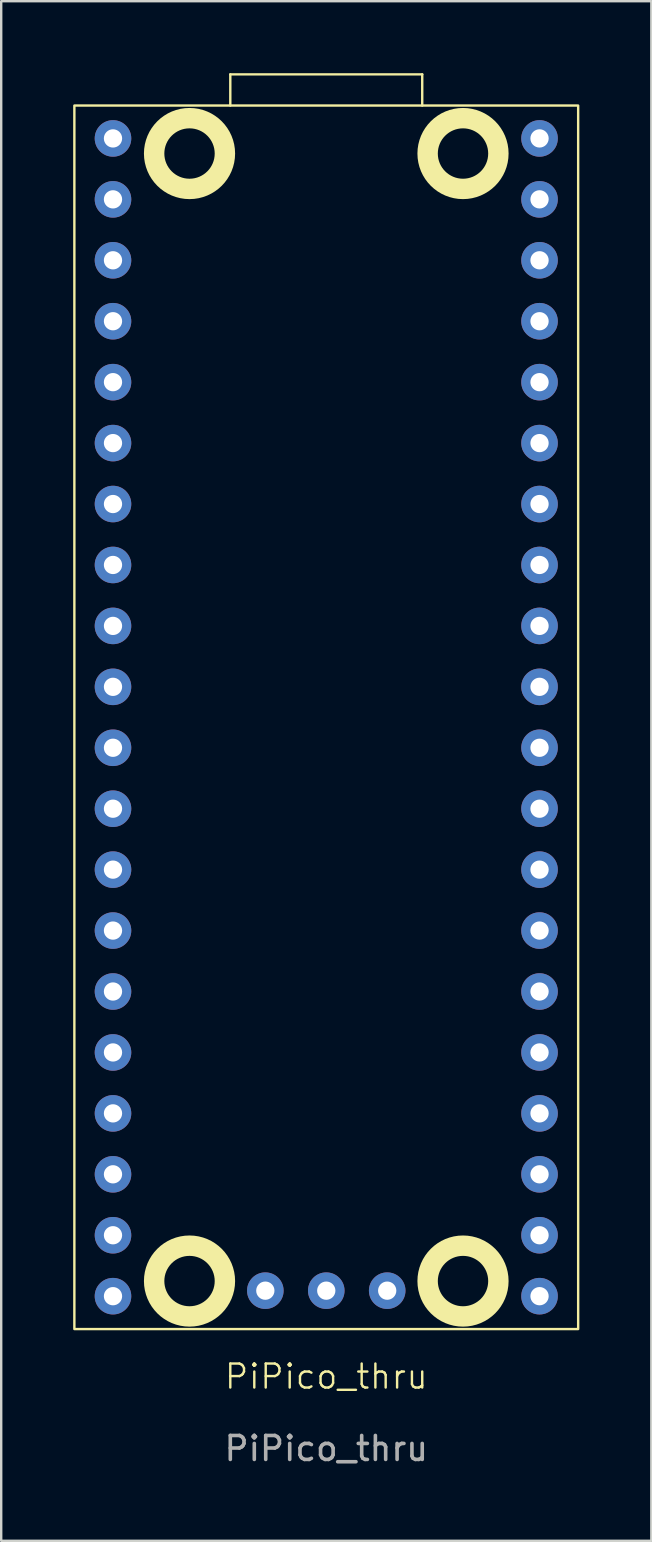
<source format=kicad_pcb>
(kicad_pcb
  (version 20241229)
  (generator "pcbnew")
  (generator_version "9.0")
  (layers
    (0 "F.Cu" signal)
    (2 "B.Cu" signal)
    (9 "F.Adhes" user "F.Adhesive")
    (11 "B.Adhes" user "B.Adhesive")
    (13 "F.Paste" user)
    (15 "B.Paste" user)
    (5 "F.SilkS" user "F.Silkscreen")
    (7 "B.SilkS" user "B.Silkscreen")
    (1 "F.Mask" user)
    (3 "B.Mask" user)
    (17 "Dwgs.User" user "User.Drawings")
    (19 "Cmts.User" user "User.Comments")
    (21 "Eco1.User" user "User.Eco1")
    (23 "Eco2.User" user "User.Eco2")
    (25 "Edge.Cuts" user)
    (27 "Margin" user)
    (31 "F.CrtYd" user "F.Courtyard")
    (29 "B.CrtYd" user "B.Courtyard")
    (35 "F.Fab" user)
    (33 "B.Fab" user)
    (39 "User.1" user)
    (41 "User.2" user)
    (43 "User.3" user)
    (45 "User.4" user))
  (footprint "PiPico_thru"
    (layer "F.Cu")
    (at 10.55 26.85)
    (property "Reference" "PiPico_thru" (at 0 27.48 0) (unlocked yes) (layer "F.SilkS") (effects (font (size 1 1) (thickness 0.1))))
    (attr through_hole)
    (fp_line (start -4 -26.8) (end 4 -26.8) (stroke (width 0.1) (type default)) (layer "F.SilkS"))
    (fp_line (start -4 -25.5) (end -4 -26.8) (stroke (width 0.1) (type default)) (layer "F.SilkS"))
    (fp_line (start 4 -26.8) (end 4 -25.5) (stroke (width 0.1) (type default)) (layer "F.SilkS"))
    (fp_rect (start -10.5 -25.5) (end 10.5 25.5) (stroke (width 0.1) (type default)) (fill no) (layer "F.SilkS"))
    (fp_circle (center -5.7 -23.5) (end -4.225 -23.5) (stroke (width 0.85) (type default)) (fill no) (layer "F.SilkS"))
    (fp_circle (center -5.7 23.5) (end -4.225 23.5) (stroke (width 0.85) (type default)) (fill no) (layer "F.SilkS"))
    (fp_circle (center 5.7 -23.5) (end 7.175 -23.5) (stroke (width 0.85) (type default)) (fill no) (layer "F.SilkS"))
    (fp_circle (center 5.7 23.5) (end 7.175 23.5) (stroke (width 0.85) (type default)) (fill no) (layer "F.SilkS"))
    (fp_text user "${REFERENCE}" (at 0 30.48 0) (unlocked yes) (layer "F.Fab") (effects (font (size 1 1) (thickness 0.15))))
    (pad "1" thru_hole circle (at -8.89 -24.13) (size 1.524 1.524) (drill 0.762) (layers "*.Cu" "*.Mask"))
    (pad "2" thru_hole circle (at -8.89 -21.59) (size 1.524 1.524) (drill 0.762) (layers "*.Cu" "*.Mask"))
    (pad "3" thru_hole circle (at -8.89 -19.05) (size 1.524 1.524) (drill 0.762) (layers "*.Cu" "*.Mask"))
    (pad "4" thru_hole circle (at -8.89 -16.51) (size 1.524 1.524) (drill 0.762) (layers "*.Cu" "*.Mask"))
    (pad "5" thru_hole circle (at -8.89 -13.97) (size 1.524 1.524) (drill 0.762) (layers "*.Cu" "*.Mask"))
    (pad "6" thru_hole circle (at -8.89 -11.43) (size 1.524 1.524) (drill 0.762) (layers "*.Cu" "*.Mask"))
    (pad "7" thru_hole circle (at -8.89 -8.89) (size 1.524 1.524) (drill 0.762) (layers "*.Cu" "*.Mask"))
    (pad "8" thru_hole circle (at -8.89 -6.35) (size 1.524 1.524) (drill 0.762) (layers "*.Cu" "*.Mask"))
    (pad "9" thru_hole circle (at -8.89 -3.81) (size 1.524 1.524) (drill 0.762) (layers "*.Cu" "*.Mask"))
    (pad "10" thru_hole circle (at -8.89 -1.27) (size 1.524 1.524) (drill 0.762) (layers "*.Cu" "*.Mask"))
    (pad "11" thru_hole circle (at -8.89 1.27) (size 1.524 1.524) (drill 0.762) (layers "*.Cu" "*.Mask"))
    (pad "12" thru_hole circle (at -8.89 3.81) (size 1.524 1.524) (drill 0.762) (layers "*.Cu" "*.Mask"))
    (pad "13" thru_hole circle (at -8.89 6.35) (size 1.524 1.524) (drill 0.762) (layers "*.Cu" "*.Mask"))
    (pad "14" thru_hole circle (at -8.89 8.89) (size 1.524 1.524) (drill 0.762) (layers "*.Cu" "*.Mask"))
    (pad "15" thru_hole circle (at -8.89 11.43) (size 1.524 1.524) (drill 0.762) (layers "*.Cu" "*.Mask"))
    (pad "16" thru_hole circle (at -8.89 13.97) (size 1.524 1.524) (drill 0.762) (layers "*.Cu" "*.Mask"))
    (pad "17" thru_hole circle (at -8.89 16.51) (size 1.524 1.524) (drill 0.762) (layers "*.Cu" "*.Mask"))
    (pad "18" thru_hole circle (at -8.89 19.05) (size 1.524 1.524) (drill 0.762) (layers "*.Cu" "*.Mask"))
    (pad "19" thru_hole circle (at -8.89 21.59) (size 1.524 1.524) (drill 0.762) (layers "*.Cu" "*.Mask"))
    (pad "20" thru_hole circle (at -8.89 24.13) (size 1.524 1.524) (drill 0.762) (layers "*.Cu" "*.Mask"))
    (pad "21" thru_hole circle (at 8.89 24.13) (size 1.524 1.524) (drill 0.762) (layers "*.Cu" "*.Mask"))
    (pad "22" thru_hole circle (at 8.89 21.59) (size 1.524 1.524) (drill 0.762) (layers "*.Cu" "*.Mask"))
    (pad "23" thru_hole circle (at 8.89 19.05) (size 1.524 1.524) (drill 0.762) (layers "*.Cu" "*.Mask"))
    (pad "24" thru_hole circle (at 8.89 16.51) (size 1.524 1.524) (drill 0.762) (layers "*.Cu" "*.Mask"))
    (pad "25" thru_hole circle (at 8.89 13.97) (size 1.524 1.524) (drill 0.762) (layers "*.Cu" "*.Mask"))
    (pad "26" thru_hole circle (at 8.89 11.43) (size 1.524 1.524) (drill 0.762) (layers "*.Cu" "*.Mask"))
    (pad "27" thru_hole circle (at 8.89 8.89) (size 1.524 1.524) (drill 0.762) (layers "*.Cu" "*.Mask"))
    (pad "28" thru_hole circle (at 8.89 6.35) (size 1.524 1.524) (drill 0.762) (layers "*.Cu" "*.Mask"))
    (pad "29" thru_hole circle (at 8.89 3.81) (size 1.524 1.524) (drill 0.762) (layers "*.Cu" "*.Mask"))
    (pad "30" thru_hole circle (at 8.89 1.27) (size 1.524 1.524) (drill 0.762) (layers "*.Cu" "*.Mask"))
    (pad "31" thru_hole circle (at 8.89 -1.27) (size 1.524 1.524) (drill 0.762) (layers "*.Cu" "*.Mask"))
    (pad "32" thru_hole circle (at 8.89 -3.81) (size 1.524 1.524) (drill 0.762) (layers "*.Cu" "*.Mask"))
    (pad "33" thru_hole circle (at 8.89 -6.35) (size 1.524 1.524) (drill 0.762) (layers "*.Cu" "*.Mask"))
    (pad "34" thru_hole circle (at 8.89 -8.89) (size 1.524 1.524) (drill 0.762) (layers "*.Cu" "*.Mask"))
    (pad "35" thru_hole circle (at 8.89 -11.43) (size 1.524 1.524) (drill 0.762) (layers "*.Cu" "*.Mask"))
    (pad "36" thru_hole circle (at 8.89 -13.97) (size 1.524 1.524) (drill 0.762) (layers "*.Cu" "*.Mask"))
    (pad "37" thru_hole circle (at 8.89 -16.51) (size 1.524 1.524) (drill 0.762) (layers "*.Cu" "*.Mask"))
    (pad "38" thru_hole circle (at 8.89 -19.05) (size 1.524 1.524) (drill 0.762) (layers "*.Cu" "*.Mask"))
    (pad "39" thru_hole circle (at 8.89 -21.59) (size 1.524 1.524) (drill 0.762) (layers "*.Cu" "*.Mask"))
    (pad "40" thru_hole circle (at 8.89 -24.13) (size 1.524 1.524) (drill 0.762) (layers "*.Cu" "*.Mask"))
    (pad "D1" thru_hole circle (at -2.54 23.9) (size 1.524 1.524) (drill 0.762) (layers "*.Cu" "*.Mask"))
    (pad "D2" thru_hole circle (at 0 23.9) (size 1.524 1.524) (drill 0.762) (layers "*.Cu" "*.Mask"))
    (pad "D3" thru_hole circle (at 2.54 23.9) (size 1.524 1.524) (drill 0.762) (layers "*.Cu" "*.Mask")))
  (gr_rect
    (start -3 -3)
    (end 24.1 61.178)
    (stroke (width 0.1) (type default))
    (fill no)
    (layer "Edge.Cuts")))
</source>
